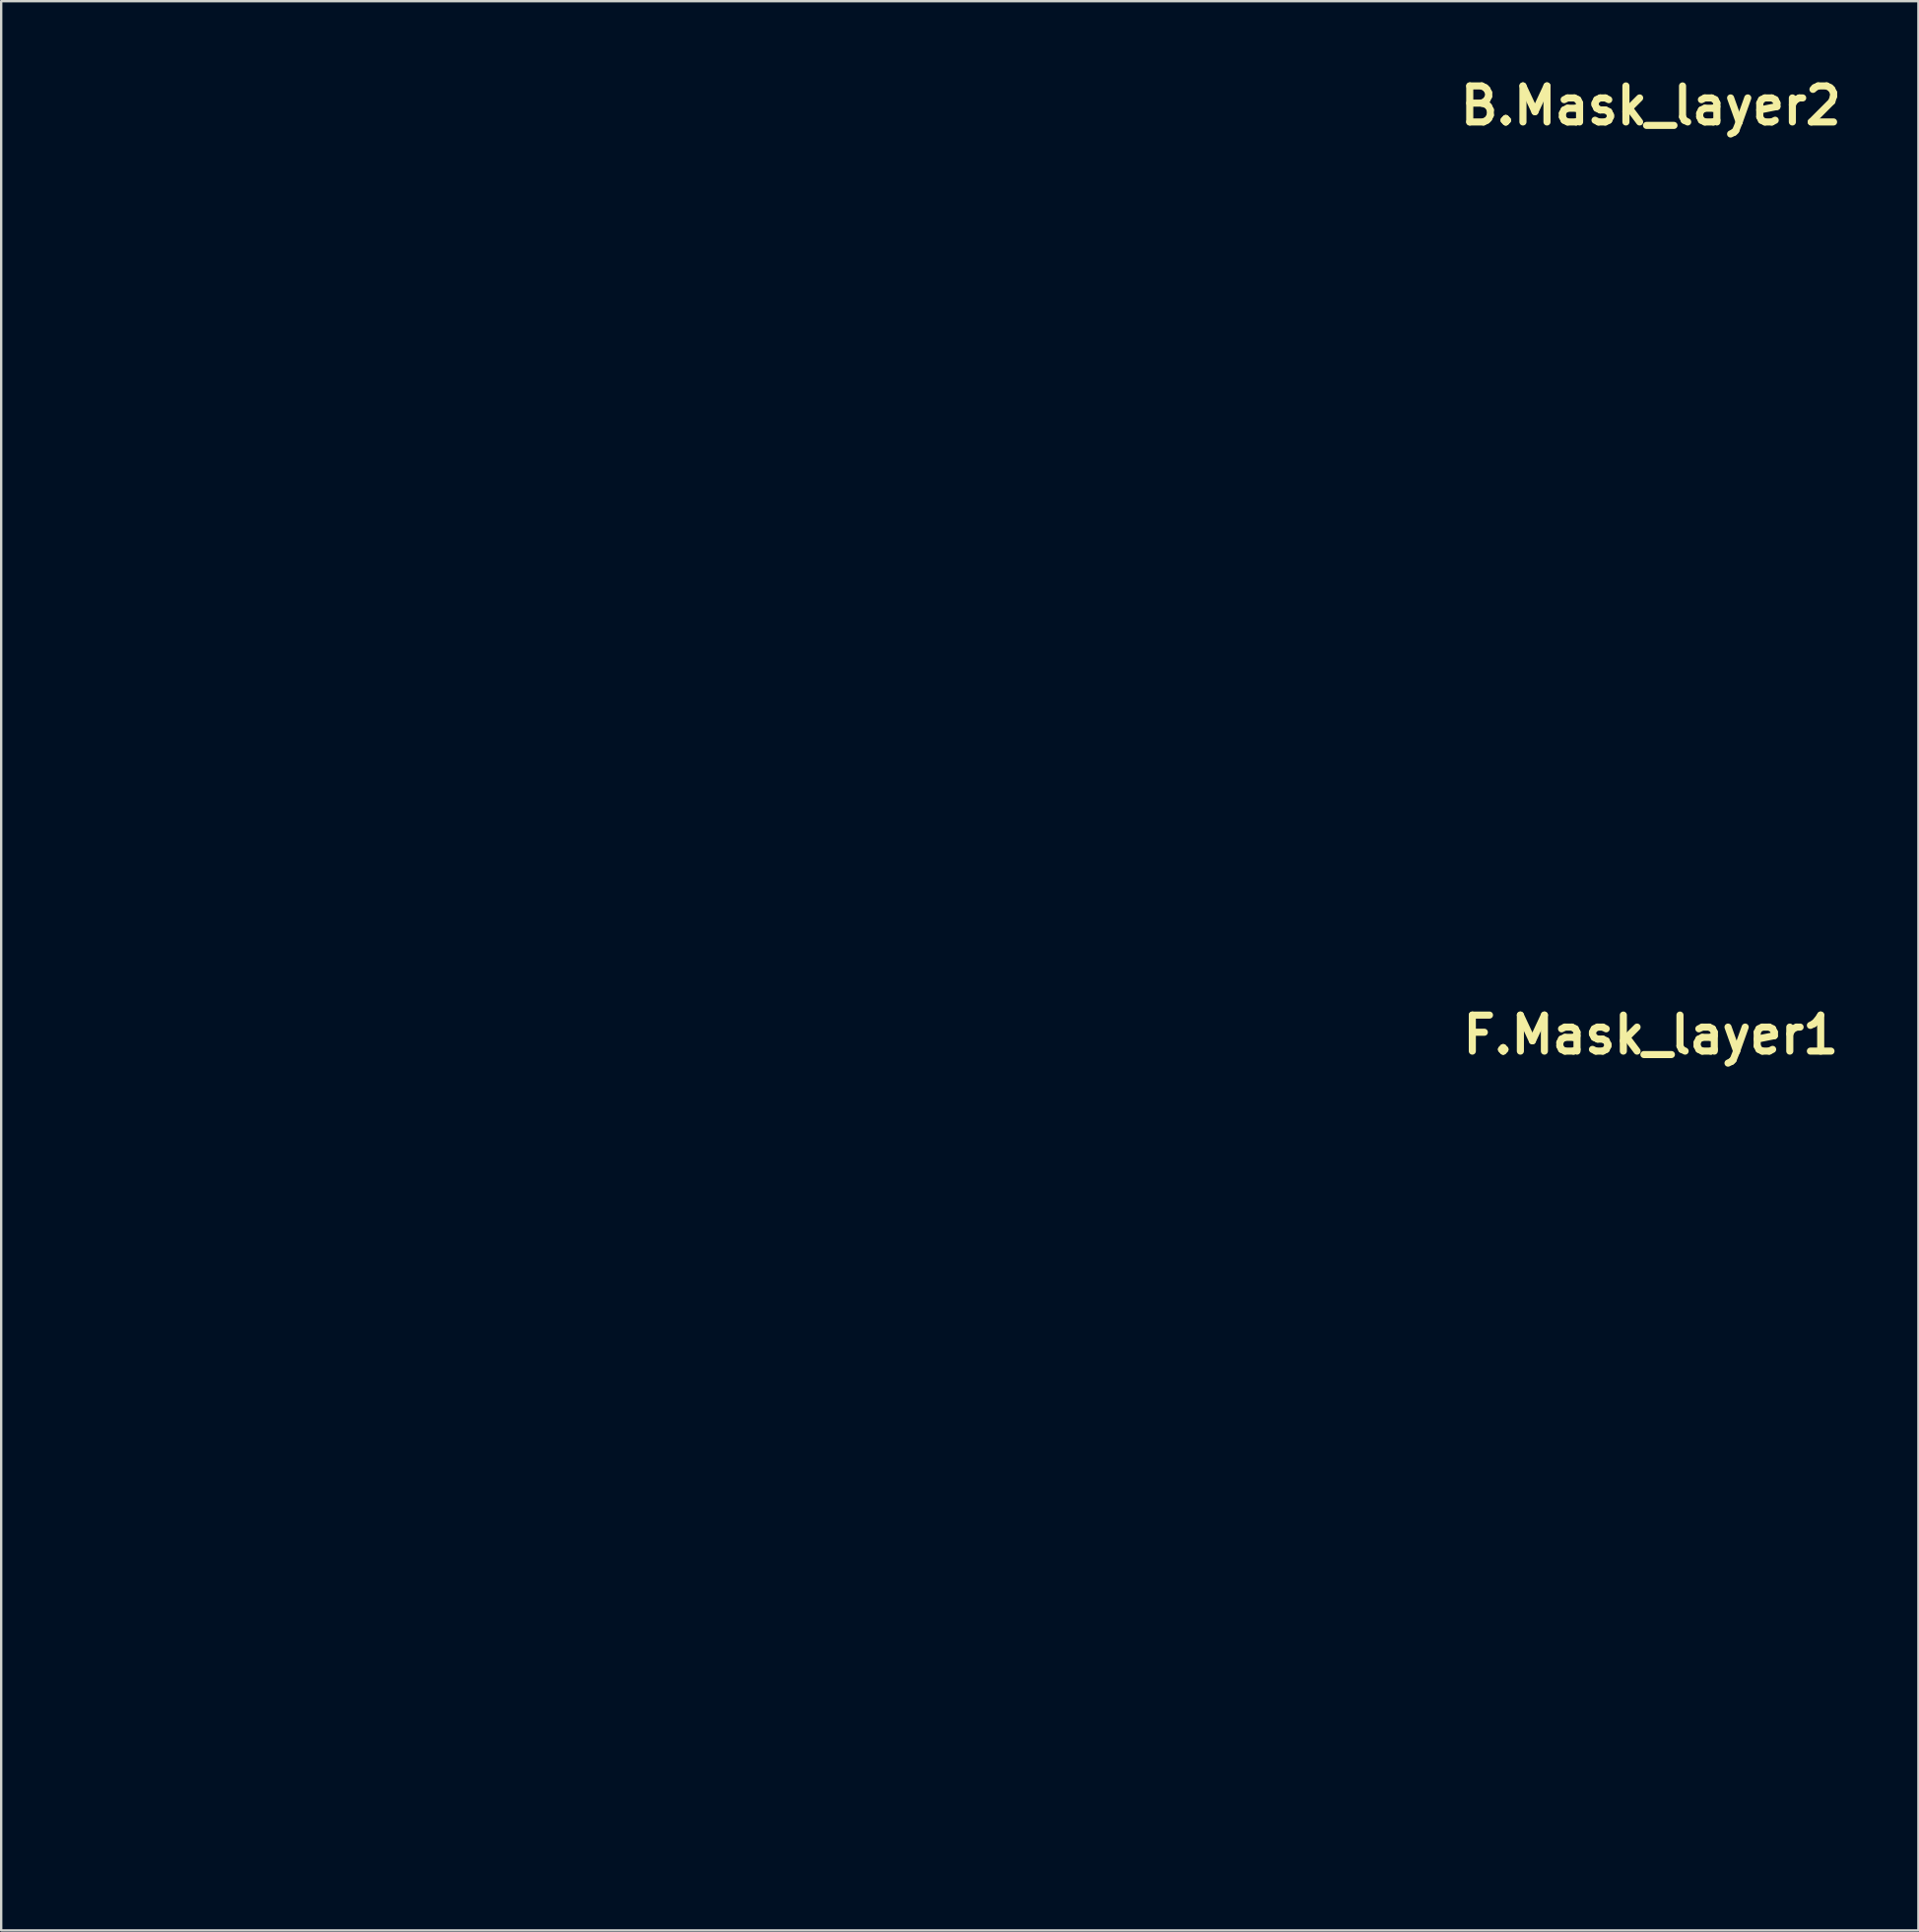
<source format=kicad_pcb>
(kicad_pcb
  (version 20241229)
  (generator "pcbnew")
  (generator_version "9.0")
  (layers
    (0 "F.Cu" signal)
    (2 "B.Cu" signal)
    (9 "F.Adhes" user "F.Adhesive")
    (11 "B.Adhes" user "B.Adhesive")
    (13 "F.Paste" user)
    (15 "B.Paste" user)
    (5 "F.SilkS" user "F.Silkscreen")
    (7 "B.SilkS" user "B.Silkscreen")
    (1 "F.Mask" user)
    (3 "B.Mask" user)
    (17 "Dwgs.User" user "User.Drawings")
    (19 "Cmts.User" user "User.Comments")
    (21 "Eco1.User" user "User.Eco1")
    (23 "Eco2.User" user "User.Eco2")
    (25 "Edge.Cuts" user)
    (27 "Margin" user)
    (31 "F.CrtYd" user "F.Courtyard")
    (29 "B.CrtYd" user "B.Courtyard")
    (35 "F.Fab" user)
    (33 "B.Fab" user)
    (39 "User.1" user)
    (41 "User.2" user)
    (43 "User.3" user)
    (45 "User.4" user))
  (footprint "B.Mask_layer2"
    (layer "F.Cu")
    (at 66.761 1.418)
    (property "Reference" "B.Mask_layer2" (at 0 0 0) (layer "F.SilkS") (effects (font (size 1.524 1.524) (thickness 0.3))))
    (attr through_hole)
    (fp_poly (pts (xy -62.463 21.979) (xy -61.723 22.036) (xy -60.93 22.139) (xy -60.089 22.287) (xy -59.554 22.399) (xy -58.784 22.584) (xy -58.025 22.791) (xy -57.281 23.018) (xy -56.558 23.263) (xy -55.862 23.523) (xy -55.197 23.795) (xy -54.57 24.077) (xy -53.985 24.366) (xy -53.449 24.66) (xy -52.967 24.955) (xy -52.544 25.25) (xy -52.185 25.541) (xy -51.897 25.826) (xy -51.685 26.102) (xy -51.612 26.229) (xy -51.52 26.474) (xy -51.449 26.792) (xy -51.402 27.178) (xy -51.378 27.623) (xy -51.376 27.813) (xy -51.388 28.277) (xy -51.43 28.702) (xy -51.505 29.111) (xy -51.619 29.524) (xy -51.777 29.962) (xy -51.964 30.402) (xy -52.294 31.076) (xy -52.654 31.68) (xy -53.051 32.226) (xy -53.494 32.725) (xy -53.668 32.897) (xy -53.998 33.198) (xy -54.322 33.453) (xy -54.658 33.676) (xy -55.025 33.876) (xy -55.44 34.066) (xy -55.88 34.24) (xy -56.388 34.422) (xy -56.842 34.567) (xy -57.261 34.677) (xy -57.667 34.758) (xy -58.077 34.813) (xy -58.513 34.846) (xy -58.97 34.861) (xy -59.237 34.865) (xy -59.483 34.866) (xy -59.694 34.865) (xy -59.852 34.861) (xy -59.943 34.856) (xy -59.944 34.856) (xy -60.734 34.718) (xy -61.489 34.502) (xy -62.208 34.209) (xy -62.892 33.839) (xy -63.539 33.393) (xy -64.15 32.871) (xy -64.298 32.728) (xy -64.868 32.124) (xy -65.357 31.522) (xy -65.768 30.917) (xy -66.104 30.304) (xy -66.369 29.677) (xy -66.565 29.031) (xy -66.654 28.617) (xy -66.685 28.4) (xy -66.71 28.118) (xy -66.73 27.788) (xy -66.745 27.426) (xy -66.754 27.049) (xy -66.756 26.672) (xy -66.753 26.313) (xy -66.742 25.988) (xy -66.726 25.712) (xy -66.702 25.503) (xy -66.699 25.487) (xy -66.568 24.925) (xy -66.371 24.343) (xy -66.114 23.76) (xy -65.807 23.196) (xy -65.636 22.927) (xy -65.488 22.708) (xy -65.368 22.548) (xy -65.263 22.434) (xy -65.156 22.351) (xy -65.032 22.288) (xy -64.877 22.23) (xy -64.82 22.211) (xy -64.328 22.084) (xy -63.769 22.003) (xy -63.146 21.968) (xy -62.463 21.979)) (stroke (width 0.01) (type solid)) (fill yes) (layer "B.Mask")))
  (footprint "F.Mask_layer1"
    (layer "F.Cu")
    (at 66.761 40.707)
    (property "Reference" "F.Mask_layer1" (at 0 0 0) (layer "F.SilkS") (effects (font (size 1.524 1.524) (thickness 0.3))))
    (attr through_hole)
    (fp_poly (pts (xy -62.463 21.979) (xy -61.723 22.036) (xy -60.93 22.139) (xy -60.089 22.287) (xy -59.554 22.399) (xy -58.784 22.584) (xy -58.025 22.791) (xy -57.281 23.018) (xy -56.558 23.263) (xy -55.862 23.523) (xy -55.197 23.795) (xy -54.57 24.077) (xy -53.985 24.366) (xy -53.449 24.66) (xy -52.967 24.955) (xy -52.544 25.25) (xy -52.185 25.541) (xy -51.897 25.826) (xy -51.685 26.102) (xy -51.612 26.229) (xy -51.52 26.474) (xy -51.449 26.792) (xy -51.402 27.178) (xy -51.378 27.623) (xy -51.376 27.813) (xy -51.388 28.277) (xy -51.43 28.702) (xy -51.505 29.111) (xy -51.619 29.524) (xy -51.777 29.962) (xy -51.964 30.402) (xy -52.294 31.076) (xy -52.654 31.68) (xy -53.051 32.226) (xy -53.494 32.725) (xy -53.668 32.897) (xy -53.998 33.198) (xy -54.322 33.453) (xy -54.658 33.676) (xy -55.025 33.876) (xy -55.44 34.066) (xy -55.88 34.24) (xy -56.388 34.422) (xy -56.842 34.567) (xy -57.261 34.677) (xy -57.667 34.758) (xy -58.077 34.813) (xy -58.513 34.846) (xy -58.97 34.861) (xy -59.237 34.865) (xy -59.483 34.866) (xy -59.694 34.865) (xy -59.852 34.861) (xy -59.943 34.856) (xy -59.944 34.856) (xy -60.734 34.718) (xy -61.489 34.502) (xy -62.208 34.209) (xy -62.892 33.839) (xy -63.539 33.393) (xy -64.15 32.871) (xy -64.298 32.728) (xy -64.868 32.124) (xy -65.357 31.522) (xy -65.768 30.917) (xy -66.104 30.304) (xy -66.369 29.677) (xy -66.565 29.031) (xy -66.654 28.617) (xy -66.685 28.4) (xy -66.71 28.118) (xy -66.73 27.788) (xy -66.745 27.426) (xy -66.754 27.049) (xy -66.756 26.672) (xy -66.753 26.313) (xy -66.742 25.988) (xy -66.726 25.712) (xy -66.702 25.503) (xy -66.699 25.487) (xy -66.568 24.925) (xy -66.371 24.343) (xy -66.114 23.76) (xy -65.807 23.196) (xy -65.636 22.927) (xy -65.488 22.708) (xy -65.368 22.548) (xy -65.263 22.434) (xy -65.156 22.351) (xy -65.032 22.288) (xy -64.877 22.23) (xy -64.82 22.211) (xy -64.328 22.084) (xy -63.769 22.003) (xy -63.146 21.968) (xy -62.463 21.979)) (stroke (width 0.01) (type solid)) (fill yes) (layer "F.Mask")))
  (gr_rect
    (start -3 -3)
    (end 78.078 78.577)
    (stroke (width 0.1) (type default))
    (fill no)
    (layer "Edge.Cuts")))
</source>
